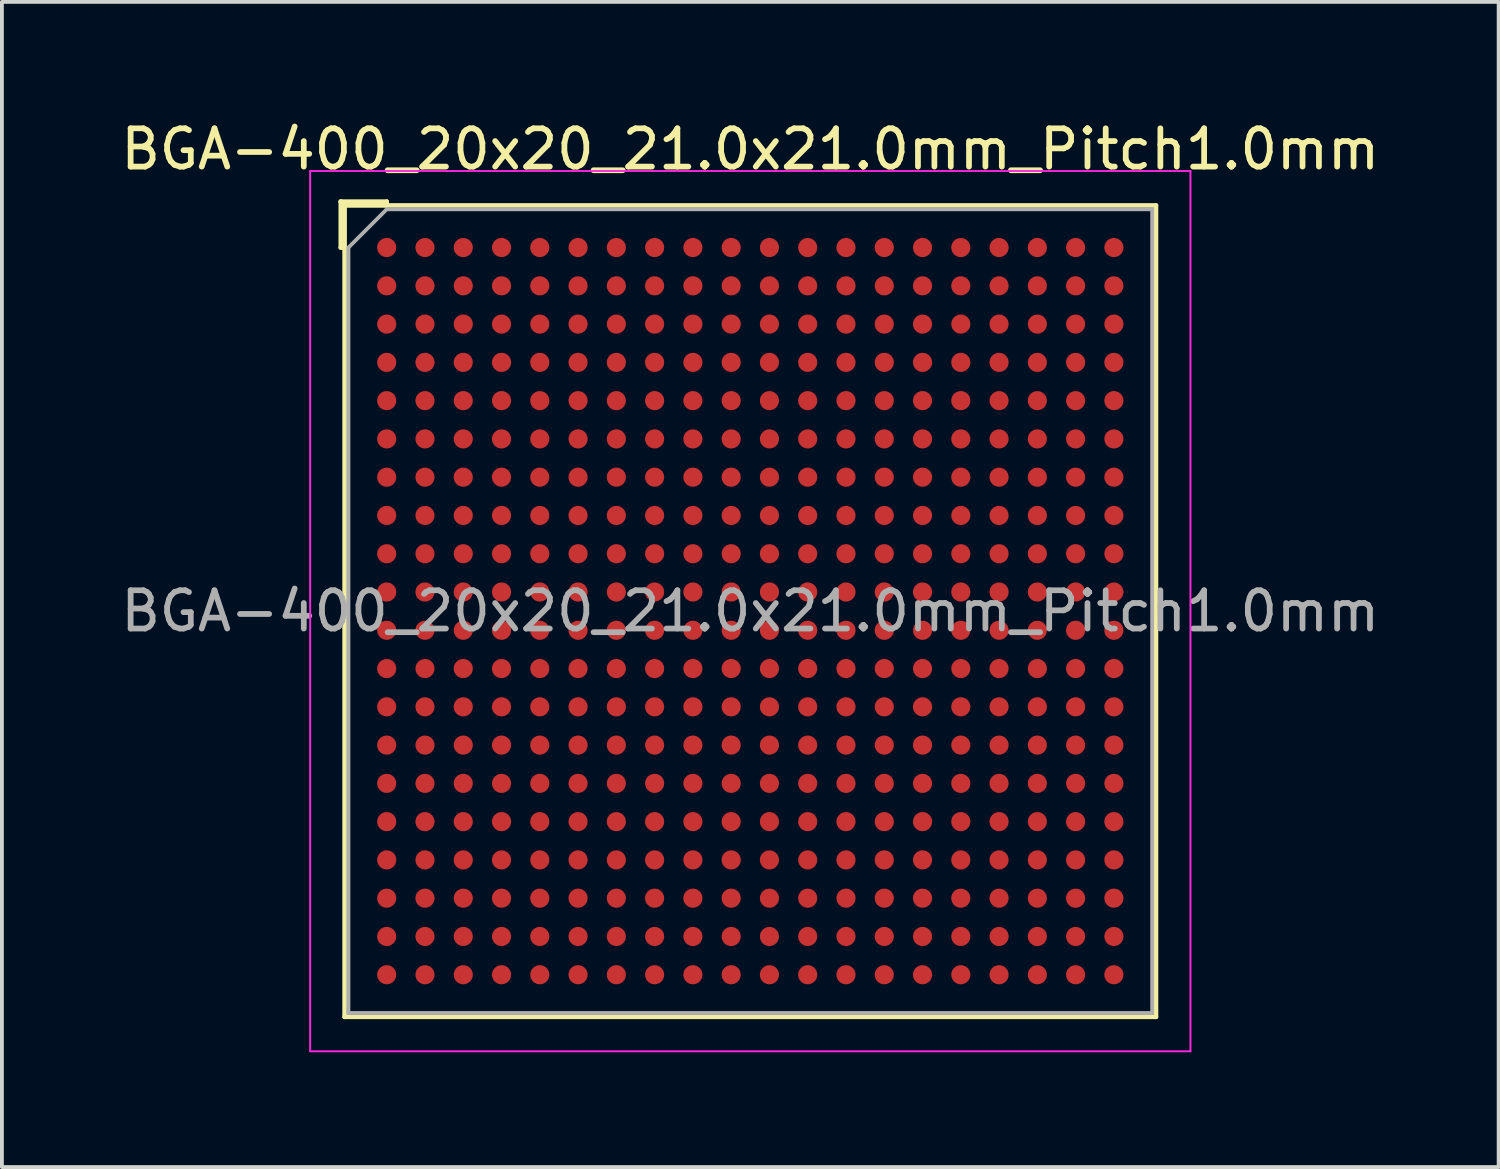
<source format=kicad_pcb>
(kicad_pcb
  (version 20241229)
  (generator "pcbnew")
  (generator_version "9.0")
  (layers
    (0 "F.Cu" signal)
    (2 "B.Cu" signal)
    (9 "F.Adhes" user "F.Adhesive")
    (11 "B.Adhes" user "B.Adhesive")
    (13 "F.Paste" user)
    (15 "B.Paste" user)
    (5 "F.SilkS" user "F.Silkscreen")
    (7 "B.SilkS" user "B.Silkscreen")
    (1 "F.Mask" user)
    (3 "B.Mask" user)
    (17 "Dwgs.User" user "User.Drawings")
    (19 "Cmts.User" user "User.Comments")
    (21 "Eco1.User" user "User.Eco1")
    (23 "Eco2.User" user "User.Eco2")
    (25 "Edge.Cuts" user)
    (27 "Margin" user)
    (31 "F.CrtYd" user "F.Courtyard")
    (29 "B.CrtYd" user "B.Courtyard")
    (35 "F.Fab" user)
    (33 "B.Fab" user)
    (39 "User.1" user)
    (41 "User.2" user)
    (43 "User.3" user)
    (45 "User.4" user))
  (footprint "BGA-400_20x20_21.0x21.0mm_Pitch1.0mm"
    (layer "F.Cu")
    (at 16.554 12.918)
    (property "Reference" "BGA-400_20x20_21.0x21.0mm_Pitch1.0mm" (at 0 -12.07 0) (layer "F.SilkS") (effects (font (size 1 1) (thickness 0.15))))
    (attr smd)
    (fp_line (start -10.7 -10.7) (end -10.6 -10.6) (stroke (width 0.12) (type solid)) (layer "F.SilkS"))
    (fp_line (start -10.7 -10.7) (end -9.5 -10.7) (stroke (width 0.12) (type solid)) (layer "F.SilkS"))
    (fp_line (start -10.7 -9.5) (end -10.7 -10.7) (stroke (width 0.12) (type solid)) (layer "F.SilkS"))
    (fp_line (start -10.7 -9.5) (end -10.6 -9.5) (stroke (width 0.12) (type solid)) (layer "F.SilkS"))
    (fp_line (start -10.6 -10.6) (end 10.6 -10.6) (stroke (width 0.12) (type solid)) (layer "F.SilkS"))
    (fp_line (start -10.6 10.6) (end -10.6 -10.6) (stroke (width 0.12) (type solid)) (layer "F.SilkS"))
    (fp_line (start -9.5 -10.7) (end -9.5 -10.6) (stroke (width 0.12) (type solid)) (layer "F.SilkS"))
    (fp_line (start 10.6 -10.6) (end 10.6 10.6) (stroke (width 0.12) (type solid)) (layer "F.SilkS"))
    (fp_line (start 10.6 10.6) (end -10.6 10.6) (stroke (width 0.12) (type solid)) (layer "F.SilkS"))
    (fp_line (start -11.5 -11.5) (end -11.5 11.5) (stroke (width 0.05) (type solid)) (layer "F.CrtYd"))
    (fp_line (start -11.5 -11.5) (end 11.5 -11.5) (stroke (width 0.05) (type solid)) (layer "F.CrtYd"))
    (fp_line (start 11.5 11.5) (end -11.5 11.5) (stroke (width 0.05) (type solid)) (layer "F.CrtYd"))
    (fp_line (start 11.5 11.5) (end 11.5 -11.5) (stroke (width 0.05) (type solid)) (layer "F.CrtYd"))
    (fp_line (start -10.5 -9.5) (end -9.5 -10.5) (stroke (width 0.1) (type solid)) (layer "F.Fab"))
    (fp_line (start -10.5 10.5) (end -10.5 -9.5) (stroke (width 0.1) (type solid)) (layer "F.Fab"))
    (fp_line (start -9.5 -10.5) (end 10.5 -10.5) (stroke (width 0.1) (type solid)) (layer "F.Fab"))
    (fp_line (start 10.5 -10.5) (end 10.5 10.5) (stroke (width 0.1) (type solid)) (layer "F.Fab"))
    (fp_line (start 10.5 10.5) (end -10.5 10.5) (stroke (width 0.1) (type solid)) (layer "F.Fab"))
    (fp_text user "${REFERENCE}" (at 0 0 0) (layer "F.Fab") (effects (font (size 1 1) (thickness 0.15))))
    (pad "A1" smd circle (at -9.5 -9.5) (size 0.5 0.5) (layers "F.Cu" "F.Mask" "F.Paste"))
    (pad "A2" smd circle (at -8.5 -9.5) (size 0.5 0.5) (layers "F.Cu" "F.Mask" "F.Paste"))
    (pad "A3" smd circle (at -7.5 -9.5) (size 0.5 0.5) (layers "F.Cu" "F.Mask" "F.Paste"))
    (pad "A4" smd circle (at -6.5 -9.5) (size 0.5 0.5) (layers "F.Cu" "F.Mask" "F.Paste"))
    (pad "A5" smd circle (at -5.5 -9.5) (size 0.5 0.5) (layers "F.Cu" "F.Mask" "F.Paste"))
    (pad "A6" smd circle (at -4.5 -9.5) (size 0.5 0.5) (layers "F.Cu" "F.Mask" "F.Paste"))
    (pad "A7" smd circle (at -3.5 -9.5) (size 0.5 0.5) (layers "F.Cu" "F.Mask" "F.Paste"))
    (pad "A8" smd circle (at -2.5 -9.5) (size 0.5 0.5) (layers "F.Cu" "F.Mask" "F.Paste"))
    (pad "A9" smd circle (at -1.5 -9.5) (size 0.5 0.5) (layers "F.Cu" "F.Mask" "F.Paste"))
    (pad "A10" smd circle (at -0.5 -9.5) (size 0.5 0.5) (layers "F.Cu" "F.Mask" "F.Paste"))
    (pad "A11" smd circle (at 0.5 -9.5) (size 0.5 0.5) (layers "F.Cu" "F.Mask" "F.Paste"))
    (pad "A12" smd circle (at 1.5 -9.5) (size 0.5 0.5) (layers "F.Cu" "F.Mask" "F.Paste"))
    (pad "A13" smd circle (at 2.5 -9.5) (size 0.5 0.5) (layers "F.Cu" "F.Mask" "F.Paste"))
    (pad "A14" smd circle (at 3.5 -9.5) (size 0.5 0.5) (layers "F.Cu" "F.Mask" "F.Paste"))
    (pad "A15" smd circle (at 4.5 -9.5) (size 0.5 0.5) (layers "F.Cu" "F.Mask" "F.Paste"))
    (pad "A16" smd circle (at 5.5 -9.5) (size 0.5 0.5) (layers "F.Cu" "F.Mask" "F.Paste"))
    (pad "A17" smd circle (at 6.5 -9.5) (size 0.5 0.5) (layers "F.Cu" "F.Mask" "F.Paste"))
    (pad "A18" smd circle (at 7.5 -9.5) (size 0.5 0.5) (layers "F.Cu" "F.Mask" "F.Paste"))
    (pad "A19" smd circle (at 8.5 -9.5) (size 0.5 0.5) (layers "F.Cu" "F.Mask" "F.Paste"))
    (pad "A20" smd circle (at 9.5 -9.5) (size 0.5 0.5) (layers "F.Cu" "F.Mask" "F.Paste"))
    (pad "B1" smd circle (at -9.5 -8.5) (size 0.5 0.5) (layers "F.Cu" "F.Mask" "F.Paste"))
    (pad "B2" smd circle (at -8.5 -8.5) (size 0.5 0.5) (layers "F.Cu" "F.Mask" "F.Paste"))
    (pad "B3" smd circle (at -7.5 -8.5) (size 0.5 0.5) (layers "F.Cu" "F.Mask" "F.Paste"))
    (pad "B4" smd circle (at -6.5 -8.5) (size 0.5 0.5) (layers "F.Cu" "F.Mask" "F.Paste"))
    (pad "B5" smd circle (at -5.5 -8.5) (size 0.5 0.5) (layers "F.Cu" "F.Mask" "F.Paste"))
    (pad "B6" smd circle (at -4.5 -8.5) (size 0.5 0.5) (layers "F.Cu" "F.Mask" "F.Paste"))
    (pad "B7" smd circle (at -3.5 -8.5) (size 0.5 0.5) (layers "F.Cu" "F.Mask" "F.Paste"))
    (pad "B8" smd circle (at -2.5 -8.5) (size 0.5 0.5) (layers "F.Cu" "F.Mask" "F.Paste"))
    (pad "B9" smd circle (at -1.5 -8.5) (size 0.5 0.5) (layers "F.Cu" "F.Mask" "F.Paste"))
    (pad "B10" smd circle (at -0.5 -8.5) (size 0.5 0.5) (layers "F.Cu" "F.Mask" "F.Paste"))
    (pad "B11" smd circle (at 0.5 -8.5) (size 0.5 0.5) (layers "F.Cu" "F.Mask" "F.Paste"))
    (pad "B12" smd circle (at 1.5 -8.5) (size 0.5 0.5) (layers "F.Cu" "F.Mask" "F.Paste"))
    (pad "B13" smd circle (at 2.5 -8.5) (size 0.5 0.5) (layers "F.Cu" "F.Mask" "F.Paste"))
    (pad "B14" smd circle (at 3.5 -8.5) (size 0.5 0.5) (layers "F.Cu" "F.Mask" "F.Paste"))
    (pad "B15" smd circle (at 4.5 -8.5) (size 0.5 0.5) (layers "F.Cu" "F.Mask" "F.Paste"))
    (pad "B16" smd circle (at 5.5 -8.5) (size 0.5 0.5) (layers "F.Cu" "F.Mask" "F.Paste"))
    (pad "B17" smd circle (at 6.5 -8.5) (size 0.5 0.5) (layers "F.Cu" "F.Mask" "F.Paste"))
    (pad "B18" smd circle (at 7.5 -8.5) (size 0.5 0.5) (layers "F.Cu" "F.Mask" "F.Paste"))
    (pad "B19" smd circle (at 8.5 -8.5) (size 0.5 0.5) (layers "F.Cu" "F.Mask" "F.Paste"))
    (pad "B20" smd circle (at 9.5 -8.5) (size 0.5 0.5) (layers "F.Cu" "F.Mask" "F.Paste"))
    (pad "C1" smd circle (at -9.5 -7.5) (size 0.5 0.5) (layers "F.Cu" "F.Mask" "F.Paste"))
    (pad "C2" smd circle (at -8.5 -7.5) (size 0.5 0.5) (layers "F.Cu" "F.Mask" "F.Paste"))
    (pad "C3" smd circle (at -7.5 -7.5) (size 0.5 0.5) (layers "F.Cu" "F.Mask" "F.Paste"))
    (pad "C4" smd circle (at -6.5 -7.5) (size 0.5 0.5) (layers "F.Cu" "F.Mask" "F.Paste"))
    (pad "C5" smd circle (at -5.5 -7.5) (size 0.5 0.5) (layers "F.Cu" "F.Mask" "F.Paste"))
    (pad "C6" smd circle (at -4.5 -7.5) (size 0.5 0.5) (layers "F.Cu" "F.Mask" "F.Paste"))
    (pad "C7" smd circle (at -3.5 -7.5) (size 0.5 0.5) (layers "F.Cu" "F.Mask" "F.Paste"))
    (pad "C8" smd circle (at -2.5 -7.5) (size 0.5 0.5) (layers "F.Cu" "F.Mask" "F.Paste"))
    (pad "C9" smd circle (at -1.5 -7.5) (size 0.5 0.5) (layers "F.Cu" "F.Mask" "F.Paste"))
    (pad "C10" smd circle (at -0.5 -7.5) (size 0.5 0.5) (layers "F.Cu" "F.Mask" "F.Paste"))
    (pad "C11" smd circle (at 0.5 -7.5) (size 0.5 0.5) (layers "F.Cu" "F.Mask" "F.Paste"))
    (pad "C12" smd circle (at 1.5 -7.5) (size 0.5 0.5) (layers "F.Cu" "F.Mask" "F.Paste"))
    (pad "C13" smd circle (at 2.5 -7.5) (size 0.5 0.5) (layers "F.Cu" "F.Mask" "F.Paste"))
    (pad "C14" smd circle (at 3.5 -7.5) (size 0.5 0.5) (layers "F.Cu" "F.Mask" "F.Paste"))
    (pad "C15" smd circle (at 4.5 -7.5) (size 0.5 0.5) (layers "F.Cu" "F.Mask" "F.Paste"))
    (pad "C16" smd circle (at 5.5 -7.5) (size 0.5 0.5) (layers "F.Cu" "F.Mask" "F.Paste"))
    (pad "C17" smd circle (at 6.5 -7.5) (size 0.5 0.5) (layers "F.Cu" "F.Mask" "F.Paste"))
    (pad "C18" smd circle (at 7.5 -7.5) (size 0.5 0.5) (layers "F.Cu" "F.Mask" "F.Paste"))
    (pad "C19" smd circle (at 8.5 -7.5) (size 0.5 0.5) (layers "F.Cu" "F.Mask" "F.Paste"))
    (pad "C20" smd circle (at 9.5 -7.5) (size 0.5 0.5) (layers "F.Cu" "F.Mask" "F.Paste"))
    (pad "D1" smd circle (at -9.5 -6.5) (size 0.5 0.5) (layers "F.Cu" "F.Mask" "F.Paste"))
    (pad "D2" smd circle (at -8.5 -6.5) (size 0.5 0.5) (layers "F.Cu" "F.Mask" "F.Paste"))
    (pad "D3" smd circle (at -7.5 -6.5) (size 0.5 0.5) (layers "F.Cu" "F.Mask" "F.Paste"))
    (pad "D4" smd circle (at -6.5 -6.5) (size 0.5 0.5) (layers "F.Cu" "F.Mask" "F.Paste"))
    (pad "D5" smd circle (at -5.5 -6.5) (size 0.5 0.5) (layers "F.Cu" "F.Mask" "F.Paste"))
    (pad "D6" smd circle (at -4.5 -6.5) (size 0.5 0.5) (layers "F.Cu" "F.Mask" "F.Paste"))
    (pad "D7" smd circle (at -3.5 -6.5) (size 0.5 0.5) (layers "F.Cu" "F.Mask" "F.Paste"))
    (pad "D8" smd circle (at -2.5 -6.5) (size 0.5 0.5) (layers "F.Cu" "F.Mask" "F.Paste"))
    (pad "D9" smd circle (at -1.5 -6.5) (size 0.5 0.5) (layers "F.Cu" "F.Mask" "F.Paste"))
    (pad "D10" smd circle (at -0.5 -6.5) (size 0.5 0.5) (layers "F.Cu" "F.Mask" "F.Paste"))
    (pad "D11" smd circle (at 0.5 -6.5) (size 0.5 0.5) (layers "F.Cu" "F.Mask" "F.Paste"))
    (pad "D12" smd circle (at 1.5 -6.5) (size 0.5 0.5) (layers "F.Cu" "F.Mask" "F.Paste"))
    (pad "D13" smd circle (at 2.5 -6.5) (size 0.5 0.5) (layers "F.Cu" "F.Mask" "F.Paste"))
    (pad "D14" smd circle (at 3.5 -6.5) (size 0.5 0.5) (layers "F.Cu" "F.Mask" "F.Paste"))
    (pad "D15" smd circle (at 4.5 -6.5) (size 0.5 0.5) (layers "F.Cu" "F.Mask" "F.Paste"))
    (pad "D16" smd circle (at 5.5 -6.5) (size 0.5 0.5) (layers "F.Cu" "F.Mask" "F.Paste"))
    (pad "D17" smd circle (at 6.5 -6.5) (size 0.5 0.5) (layers "F.Cu" "F.Mask" "F.Paste"))
    (pad "D18" smd circle (at 7.5 -6.5) (size 0.5 0.5) (layers "F.Cu" "F.Mask" "F.Paste"))
    (pad "D19" smd circle (at 8.5 -6.5) (size 0.5 0.5) (layers "F.Cu" "F.Mask" "F.Paste"))
    (pad "D20" smd circle (at 9.5 -6.5) (size 0.5 0.5) (layers "F.Cu" "F.Mask" "F.Paste"))
    (pad "E1" smd circle (at -9.5 -5.5) (size 0.5 0.5) (layers "F.Cu" "F.Mask" "F.Paste"))
    (pad "E2" smd circle (at -8.5 -5.5) (size 0.5 0.5) (layers "F.Cu" "F.Mask" "F.Paste"))
    (pad "E3" smd circle (at -7.5 -5.5) (size 0.5 0.5) (layers "F.Cu" "F.Mask" "F.Paste"))
    (pad "E4" smd circle (at -6.5 -5.5) (size 0.5 0.5) (layers "F.Cu" "F.Mask" "F.Paste"))
    (pad "E5" smd circle (at -5.5 -5.5) (size 0.5 0.5) (layers "F.Cu" "F.Mask" "F.Paste"))
    (pad "E6" smd circle (at -4.5 -5.5) (size 0.5 0.5) (layers "F.Cu" "F.Mask" "F.Paste"))
    (pad "E7" smd circle (at -3.5 -5.5) (size 0.5 0.5) (layers "F.Cu" "F.Mask" "F.Paste"))
    (pad "E8" smd circle (at -2.5 -5.5) (size 0.5 0.5) (layers "F.Cu" "F.Mask" "F.Paste"))
    (pad "E9" smd circle (at -1.5 -5.5) (size 0.5 0.5) (layers "F.Cu" "F.Mask" "F.Paste"))
    (pad "E10" smd circle (at -0.5 -5.5) (size 0.5 0.5) (layers "F.Cu" "F.Mask" "F.Paste"))
    (pad "E11" smd circle (at 0.5 -5.5) (size 0.5 0.5) (layers "F.Cu" "F.Mask" "F.Paste"))
    (pad "E12" smd circle (at 1.5 -5.5) (size 0.5 0.5) (layers "F.Cu" "F.Mask" "F.Paste"))
    (pad "E13" smd circle (at 2.5 -5.5) (size 0.5 0.5) (layers "F.Cu" "F.Mask" "F.Paste"))
    (pad "E14" smd circle (at 3.5 -5.5) (size 0.5 0.5) (layers "F.Cu" "F.Mask" "F.Paste"))
    (pad "E15" smd circle (at 4.5 -5.5) (size 0.5 0.5) (layers "F.Cu" "F.Mask" "F.Paste"))
    (pad "E16" smd circle (at 5.5 -5.5) (size 0.5 0.5) (layers "F.Cu" "F.Mask" "F.Paste"))
    (pad "E17" smd circle (at 6.5 -5.5) (size 0.5 0.5) (layers "F.Cu" "F.Mask" "F.Paste"))
    (pad "E18" smd circle (at 7.5 -5.5) (size 0.5 0.5) (layers "F.Cu" "F.Mask" "F.Paste"))
    (pad "E19" smd circle (at 8.5 -5.5) (size 0.5 0.5) (layers "F.Cu" "F.Mask" "F.Paste"))
    (pad "E20" smd circle (at 9.5 -5.5) (size 0.5 0.5) (layers "F.Cu" "F.Mask" "F.Paste"))
    (pad "F1" smd circle (at -9.5 -4.5) (size 0.5 0.5) (layers "F.Cu" "F.Mask" "F.Paste"))
    (pad "F2" smd circle (at -8.5 -4.5) (size 0.5 0.5) (layers "F.Cu" "F.Mask" "F.Paste"))
    (pad "F3" smd circle (at -7.5 -4.5) (size 0.5 0.5) (layers "F.Cu" "F.Mask" "F.Paste"))
    (pad "F4" smd circle (at -6.5 -4.5) (size 0.5 0.5) (layers "F.Cu" "F.Mask" "F.Paste"))
    (pad "F5" smd circle (at -5.5 -4.5) (size 0.5 0.5) (layers "F.Cu" "F.Mask" "F.Paste"))
    (pad "F6" smd circle (at -4.5 -4.5) (size 0.5 0.5) (layers "F.Cu" "F.Mask" "F.Paste"))
    (pad "F7" smd circle (at -3.5 -4.5) (size 0.5 0.5) (layers "F.Cu" "F.Mask" "F.Paste"))
    (pad "F8" smd circle (at -2.5 -4.5) (size 0.5 0.5) (layers "F.Cu" "F.Mask" "F.Paste"))
    (pad "F9" smd circle (at -1.5 -4.5) (size 0.5 0.5) (layers "F.Cu" "F.Mask" "F.Paste"))
    (pad "F10" smd circle (at -0.5 -4.5) (size 0.5 0.5) (layers "F.Cu" "F.Mask" "F.Paste"))
    (pad "F11" smd circle (at 0.5 -4.5) (size 0.5 0.5) (layers "F.Cu" "F.Mask" "F.Paste"))
    (pad "F12" smd circle (at 1.5 -4.5) (size 0.5 0.5) (layers "F.Cu" "F.Mask" "F.Paste"))
    (pad "F13" smd circle (at 2.5 -4.5) (size 0.5 0.5) (layers "F.Cu" "F.Mask" "F.Paste"))
    (pad "F14" smd circle (at 3.5 -4.5) (size 0.5 0.5) (layers "F.Cu" "F.Mask" "F.Paste"))
    (pad "F15" smd circle (at 4.5 -4.5) (size 0.5 0.5) (layers "F.Cu" "F.Mask" "F.Paste"))
    (pad "F16" smd circle (at 5.5 -4.5) (size 0.5 0.5) (layers "F.Cu" "F.Mask" "F.Paste"))
    (pad "F17" smd circle (at 6.5 -4.5) (size 0.5 0.5) (layers "F.Cu" "F.Mask" "F.Paste"))
    (pad "F18" smd circle (at 7.5 -4.5) (size 0.5 0.5) (layers "F.Cu" "F.Mask" "F.Paste"))
    (pad "F19" smd circle (at 8.5 -4.5) (size 0.5 0.5) (layers "F.Cu" "F.Mask" "F.Paste"))
    (pad "F20" smd circle (at 9.5 -4.5) (size 0.5 0.5) (layers "F.Cu" "F.Mask" "F.Paste"))
    (pad "G1" smd circle (at -9.5 -3.5) (size 0.5 0.5) (layers "F.Cu" "F.Mask" "F.Paste"))
    (pad "G2" smd circle (at -8.5 -3.5) (size 0.5 0.5) (layers "F.Cu" "F.Mask" "F.Paste"))
    (pad "G3" smd circle (at -7.5 -3.5) (size 0.5 0.5) (layers "F.Cu" "F.Mask" "F.Paste"))
    (pad "G4" smd circle (at -6.5 -3.5) (size 0.5 0.5) (layers "F.Cu" "F.Mask" "F.Paste"))
    (pad "G5" smd circle (at -5.5 -3.5) (size 0.5 0.5) (layers "F.Cu" "F.Mask" "F.Paste"))
    (pad "G6" smd circle (at -4.5 -3.5) (size 0.5 0.5) (layers "F.Cu" "F.Mask" "F.Paste"))
    (pad "G7" smd circle (at -3.5 -3.5) (size 0.5 0.5) (layers "F.Cu" "F.Mask" "F.Paste"))
    (pad "G8" smd circle (at -2.5 -3.5) (size 0.5 0.5) (layers "F.Cu" "F.Mask" "F.Paste"))
    (pad "G9" smd circle (at -1.5 -3.5) (size 0.5 0.5) (layers "F.Cu" "F.Mask" "F.Paste"))
    (pad "G10" smd circle (at -0.5 -3.5) (size 0.5 0.5) (layers "F.Cu" "F.Mask" "F.Paste"))
    (pad "G11" smd circle (at 0.5 -3.5) (size 0.5 0.5) (layers "F.Cu" "F.Mask" "F.Paste"))
    (pad "G12" smd circle (at 1.5 -3.5) (size 0.5 0.5) (layers "F.Cu" "F.Mask" "F.Paste"))
    (pad "G13" smd circle (at 2.5 -3.5) (size 0.5 0.5) (layers "F.Cu" "F.Mask" "F.Paste"))
    (pad "G14" smd circle (at 3.5 -3.5) (size 0.5 0.5) (layers "F.Cu" "F.Mask" "F.Paste"))
    (pad "G15" smd circle (at 4.5 -3.5) (size 0.5 0.5) (layers "F.Cu" "F.Mask" "F.Paste"))
    (pad "G16" smd circle (at 5.5 -3.5) (size 0.5 0.5) (layers "F.Cu" "F.Mask" "F.Paste"))
    (pad "G17" smd circle (at 6.5 -3.5) (size 0.5 0.5) (layers "F.Cu" "F.Mask" "F.Paste"))
    (pad "G18" smd circle (at 7.5 -3.5) (size 0.5 0.5) (layers "F.Cu" "F.Mask" "F.Paste"))
    (pad "G19" smd circle (at 8.5 -3.5) (size 0.5 0.5) (layers "F.Cu" "F.Mask" "F.Paste"))
    (pad "G20" smd circle (at 9.5 -3.5) (size 0.5 0.5) (layers "F.Cu" "F.Mask" "F.Paste"))
    (pad "H1" smd circle (at -9.5 -2.5) (size 0.5 0.5) (layers "F.Cu" "F.Mask" "F.Paste"))
    (pad "H2" smd circle (at -8.5 -2.5) (size 0.5 0.5) (layers "F.Cu" "F.Mask" "F.Paste"))
    (pad "H3" smd circle (at -7.5 -2.5) (size 0.5 0.5) (layers "F.Cu" "F.Mask" "F.Paste"))
    (pad "H4" smd circle (at -6.5 -2.5) (size 0.5 0.5) (layers "F.Cu" "F.Mask" "F.Paste"))
    (pad "H5" smd circle (at -5.5 -2.5) (size 0.5 0.5) (layers "F.Cu" "F.Mask" "F.Paste"))
    (pad "H6" smd circle (at -4.5 -2.5) (size 0.5 0.5) (layers "F.Cu" "F.Mask" "F.Paste"))
    (pad "H7" smd circle (at -3.5 -2.5) (size 0.5 0.5) (layers "F.Cu" "F.Mask" "F.Paste"))
    (pad "H8" smd circle (at -2.5 -2.5) (size 0.5 0.5) (layers "F.Cu" "F.Mask" "F.Paste"))
    (pad "H9" smd circle (at -1.5 -2.5) (size 0.5 0.5) (layers "F.Cu" "F.Mask" "F.Paste"))
    (pad "H10" smd circle (at -0.5 -2.5) (size 0.5 0.5) (layers "F.Cu" "F.Mask" "F.Paste"))
    (pad "H11" smd circle (at 0.5 -2.5) (size 0.5 0.5) (layers "F.Cu" "F.Mask" "F.Paste"))
    (pad "H12" smd circle (at 1.5 -2.5) (size 0.5 0.5) (layers "F.Cu" "F.Mask" "F.Paste"))
    (pad "H13" smd circle (at 2.5 -2.5) (size 0.5 0.5) (layers "F.Cu" "F.Mask" "F.Paste"))
    (pad "H14" smd circle (at 3.5 -2.5) (size 0.5 0.5) (layers "F.Cu" "F.Mask" "F.Paste"))
    (pad "H15" smd circle (at 4.5 -2.5) (size 0.5 0.5) (layers "F.Cu" "F.Mask" "F.Paste"))
    (pad "H16" smd circle (at 5.5 -2.5) (size 0.5 0.5) (layers "F.Cu" "F.Mask" "F.Paste"))
    (pad "H17" smd circle (at 6.5 -2.5) (size 0.5 0.5) (layers "F.Cu" "F.Mask" "F.Paste"))
    (pad "H18" smd circle (at 7.5 -2.5) (size 0.5 0.5) (layers "F.Cu" "F.Mask" "F.Paste"))
    (pad "H19" smd circle (at 8.5 -2.5) (size 0.5 0.5) (layers "F.Cu" "F.Mask" "F.Paste"))
    (pad "H20" smd circle (at 9.5 -2.5) (size 0.5 0.5) (layers "F.Cu" "F.Mask" "F.Paste"))
    (pad "J1" smd circle (at -9.5 -1.5) (size 0.5 0.5) (layers "F.Cu" "F.Mask" "F.Paste"))
    (pad "J2" smd circle (at -8.5 -1.5) (size 0.5 0.5) (layers "F.Cu" "F.Mask" "F.Paste"))
    (pad "J3" smd circle (at -7.5 -1.5) (size 0.5 0.5) (layers "F.Cu" "F.Mask" "F.Paste"))
    (pad "J4" smd circle (at -6.5 -1.5) (size 0.5 0.5) (layers "F.Cu" "F.Mask" "F.Paste"))
    (pad "J5" smd circle (at -5.5 -1.5) (size 0.5 0.5) (layers "F.Cu" "F.Mask" "F.Paste"))
    (pad "J6" smd circle (at -4.5 -1.5) (size 0.5 0.5) (layers "F.Cu" "F.Mask" "F.Paste"))
    (pad "J7" smd circle (at -3.5 -1.5) (size 0.5 0.5) (layers "F.Cu" "F.Mask" "F.Paste"))
    (pad "J8" smd circle (at -2.5 -1.5) (size 0.5 0.5) (layers "F.Cu" "F.Mask" "F.Paste"))
    (pad "J9" smd circle (at -1.5 -1.5) (size 0.5 0.5) (layers "F.Cu" "F.Mask" "F.Paste"))
    (pad "J10" smd circle (at -0.5 -1.5) (size 0.5 0.5) (layers "F.Cu" "F.Mask" "F.Paste"))
    (pad "J11" smd circle (at 0.5 -1.5) (size 0.5 0.5) (layers "F.Cu" "F.Mask" "F.Paste"))
    (pad "J12" smd circle (at 1.5 -1.5) (size 0.5 0.5) (layers "F.Cu" "F.Mask" "F.Paste"))
    (pad "J13" smd circle (at 2.5 -1.5) (size 0.5 0.5) (layers "F.Cu" "F.Mask" "F.Paste"))
    (pad "J14" smd circle (at 3.5 -1.5) (size 0.5 0.5) (layers "F.Cu" "F.Mask" "F.Paste"))
    (pad "J15" smd circle (at 4.5 -1.5) (size 0.5 0.5) (layers "F.Cu" "F.Mask" "F.Paste"))
    (pad "J16" smd circle (at 5.5 -1.5) (size 0.5 0.5) (layers "F.Cu" "F.Mask" "F.Paste"))
    (pad "J17" smd circle (at 6.5 -1.5) (size 0.5 0.5) (layers "F.Cu" "F.Mask" "F.Paste"))
    (pad "J18" smd circle (at 7.5 -1.5) (size 0.5 0.5) (layers "F.Cu" "F.Mask" "F.Paste"))
    (pad "J19" smd circle (at 8.5 -1.5) (size 0.5 0.5) (layers "F.Cu" "F.Mask" "F.Paste"))
    (pad "J20" smd circle (at 9.5 -1.5) (size 0.5 0.5) (layers "F.Cu" "F.Mask" "F.Paste"))
    (pad "K1" smd circle (at -9.5 -0.5) (size 0.5 0.5) (layers "F.Cu" "F.Mask" "F.Paste"))
    (pad "K2" smd circle (at -8.5 -0.5) (size 0.5 0.5) (layers "F.Cu" "F.Mask" "F.Paste"))
    (pad "K3" smd circle (at -7.5 -0.5) (size 0.5 0.5) (layers "F.Cu" "F.Mask" "F.Paste"))
    (pad "K4" smd circle (at -6.5 -0.5) (size 0.5 0.5) (layers "F.Cu" "F.Mask" "F.Paste"))
    (pad "K5" smd circle (at -5.5 -0.5) (size 0.5 0.5) (layers "F.Cu" "F.Mask" "F.Paste"))
    (pad "K6" smd circle (at -4.5 -0.5) (size 0.5 0.5) (layers "F.Cu" "F.Mask" "F.Paste"))
    (pad "K7" smd circle (at -3.5 -0.5) (size 0.5 0.5) (layers "F.Cu" "F.Mask" "F.Paste"))
    (pad "K8" smd circle (at -2.5 -0.5) (size 0.5 0.5) (layers "F.Cu" "F.Mask" "F.Paste"))
    (pad "K9" smd circle (at -1.5 -0.5) (size 0.5 0.5) (layers "F.Cu" "F.Mask" "F.Paste"))
    (pad "K10" smd circle (at -0.5 -0.5) (size 0.5 0.5) (layers "F.Cu" "F.Mask" "F.Paste"))
    (pad "K11" smd circle (at 0.5 -0.5) (size 0.5 0.5) (layers "F.Cu" "F.Mask" "F.Paste"))
    (pad "K12" smd circle (at 1.5 -0.5) (size 0.5 0.5) (layers "F.Cu" "F.Mask" "F.Paste"))
    (pad "K13" smd circle (at 2.5 -0.5) (size 0.5 0.5) (layers "F.Cu" "F.Mask" "F.Paste"))
    (pad "K14" smd circle (at 3.5 -0.5) (size 0.5 0.5) (layers "F.Cu" "F.Mask" "F.Paste"))
    (pad "K15" smd circle (at 4.5 -0.5) (size 0.5 0.5) (layers "F.Cu" "F.Mask" "F.Paste"))
    (pad "K16" smd circle (at 5.5 -0.5) (size 0.5 0.5) (layers "F.Cu" "F.Mask" "F.Paste"))
    (pad "K17" smd circle (at 6.5 -0.5) (size 0.5 0.5) (layers "F.Cu" "F.Mask" "F.Paste"))
    (pad "K18" smd circle (at 7.5 -0.5) (size 0.5 0.5) (layers "F.Cu" "F.Mask" "F.Paste"))
    (pad "K19" smd circle (at 8.5 -0.5) (size 0.5 0.5) (layers "F.Cu" "F.Mask" "F.Paste"))
    (pad "K20" smd circle (at 9.5 -0.5) (size 0.5 0.5) (layers "F.Cu" "F.Mask" "F.Paste"))
    (pad "L1" smd circle (at -9.5 0.5) (size 0.5 0.5) (layers "F.Cu" "F.Mask" "F.Paste"))
    (pad "L2" smd circle (at -8.5 0.5) (size 0.5 0.5) (layers "F.Cu" "F.Mask" "F.Paste"))
    (pad "L3" smd circle (at -7.5 0.5) (size 0.5 0.5) (layers "F.Cu" "F.Mask" "F.Paste"))
    (pad "L4" smd circle (at -6.5 0.5) (size 0.5 0.5) (layers "F.Cu" "F.Mask" "F.Paste"))
    (pad "L5" smd circle (at -5.5 0.5) (size 0.5 0.5) (layers "F.Cu" "F.Mask" "F.Paste"))
    (pad "L6" smd circle (at -4.5 0.5) (size 0.5 0.5) (layers "F.Cu" "F.Mask" "F.Paste"))
    (pad "L7" smd circle (at -3.5 0.5) (size 0.5 0.5) (layers "F.Cu" "F.Mask" "F.Paste"))
    (pad "L8" smd circle (at -2.5 0.5) (size 0.5 0.5) (layers "F.Cu" "F.Mask" "F.Paste"))
    (pad "L9" smd circle (at -1.5 0.5) (size 0.5 0.5) (layers "F.Cu" "F.Mask" "F.Paste"))
    (pad "L10" smd circle (at -0.5 0.5) (size 0.5 0.5) (layers "F.Cu" "F.Mask" "F.Paste"))
    (pad "L11" smd circle (at 0.5 0.5) (size 0.5 0.5) (layers "F.Cu" "F.Mask" "F.Paste"))
    (pad "L12" smd circle (at 1.5 0.5) (size 0.5 0.5) (layers "F.Cu" "F.Mask" "F.Paste"))
    (pad "L13" smd circle (at 2.5 0.5) (size 0.5 0.5) (layers "F.Cu" "F.Mask" "F.Paste"))
    (pad "L14" smd circle (at 3.5 0.5) (size 0.5 0.5) (layers "F.Cu" "F.Mask" "F.Paste"))
    (pad "L15" smd circle (at 4.5 0.5) (size 0.5 0.5) (layers "F.Cu" "F.Mask" "F.Paste"))
    (pad "L16" smd circle (at 5.5 0.5) (size 0.5 0.5) (layers "F.Cu" "F.Mask" "F.Paste"))
    (pad "L17" smd circle (at 6.5 0.5) (size 0.5 0.5) (layers "F.Cu" "F.Mask" "F.Paste"))
    (pad "L18" smd circle (at 7.5 0.5) (size 0.5 0.5) (layers "F.Cu" "F.Mask" "F.Paste"))
    (pad "L19" smd circle (at 8.5 0.5) (size 0.5 0.5) (layers "F.Cu" "F.Mask" "F.Paste"))
    (pad "L20" smd circle (at 9.5 0.5) (size 0.5 0.5) (layers "F.Cu" "F.Mask" "F.Paste"))
    (pad "M1" smd circle (at -9.5 1.5) (size 0.5 0.5) (layers "F.Cu" "F.Mask" "F.Paste"))
    (pad "M2" smd circle (at -8.5 1.5) (size 0.5 0.5) (layers "F.Cu" "F.Mask" "F.Paste"))
    (pad "M3" smd circle (at -7.5 1.5) (size 0.5 0.5) (layers "F.Cu" "F.Mask" "F.Paste"))
    (pad "M4" smd circle (at -6.5 1.5) (size 0.5 0.5) (layers "F.Cu" "F.Mask" "F.Paste"))
    (pad "M5" smd circle (at -5.5 1.5) (size 0.5 0.5) (layers "F.Cu" "F.Mask" "F.Paste"))
    (pad "M6" smd circle (at -4.5 1.5) (size 0.5 0.5) (layers "F.Cu" "F.Mask" "F.Paste"))
    (pad "M7" smd circle (at -3.5 1.5) (size 0.5 0.5) (layers "F.Cu" "F.Mask" "F.Paste"))
    (pad "M8" smd circle (at -2.5 1.5) (size 0.5 0.5) (layers "F.Cu" "F.Mask" "F.Paste"))
    (pad "M9" smd circle (at -1.5 1.5) (size 0.5 0.5) (layers "F.Cu" "F.Mask" "F.Paste"))
    (pad "M10" smd circle (at -0.5 1.5) (size 0.5 0.5) (layers "F.Cu" "F.Mask" "F.Paste"))
    (pad "M11" smd circle (at 0.5 1.5) (size 0.5 0.5) (layers "F.Cu" "F.Mask" "F.Paste"))
    (pad "M12" smd circle (at 1.5 1.5) (size 0.5 0.5) (layers "F.Cu" "F.Mask" "F.Paste"))
    (pad "M13" smd circle (at 2.5 1.5) (size 0.5 0.5) (layers "F.Cu" "F.Mask" "F.Paste"))
    (pad "M14" smd circle (at 3.5 1.5) (size 0.5 0.5) (layers "F.Cu" "F.Mask" "F.Paste"))
    (pad "M15" smd circle (at 4.5 1.5) (size 0.5 0.5) (layers "F.Cu" "F.Mask" "F.Paste"))
    (pad "M16" smd circle (at 5.5 1.5) (size 0.5 0.5) (layers "F.Cu" "F.Mask" "F.Paste"))
    (pad "M17" smd circle (at 6.5 1.5) (size 0.5 0.5) (layers "F.Cu" "F.Mask" "F.Paste"))
    (pad "M18" smd circle (at 7.5 1.5) (size 0.5 0.5) (layers "F.Cu" "F.Mask" "F.Paste"))
    (pad "M19" smd circle (at 8.5 1.5) (size 0.5 0.5) (layers "F.Cu" "F.Mask" "F.Paste"))
    (pad "M20" smd circle (at 9.5 1.5) (size 0.5 0.5) (layers "F.Cu" "F.Mask" "F.Paste"))
    (pad "N1" smd circle (at -9.5 2.5) (size 0.5 0.5) (layers "F.Cu" "F.Mask" "F.Paste"))
    (pad "N2" smd circle (at -8.5 2.5) (size 0.5 0.5) (layers "F.Cu" "F.Mask" "F.Paste"))
    (pad "N3" smd circle (at -7.5 2.5) (size 0.5 0.5) (layers "F.Cu" "F.Mask" "F.Paste"))
    (pad "N4" smd circle (at -6.5 2.5) (size 0.5 0.5) (layers "F.Cu" "F.Mask" "F.Paste"))
    (pad "N5" smd circle (at -5.5 2.5) (size 0.5 0.5) (layers "F.Cu" "F.Mask" "F.Paste"))
    (pad "N6" smd circle (at -4.5 2.5) (size 0.5 0.5) (layers "F.Cu" "F.Mask" "F.Paste"))
    (pad "N7" smd circle (at -3.5 2.5) (size 0.5 0.5) (layers "F.Cu" "F.Mask" "F.Paste"))
    (pad "N8" smd circle (at -2.5 2.5) (size 0.5 0.5) (layers "F.Cu" "F.Mask" "F.Paste"))
    (pad "N9" smd circle (at -1.5 2.5) (size 0.5 0.5) (layers "F.Cu" "F.Mask" "F.Paste"))
    (pad "N10" smd circle (at -0.5 2.5) (size 0.5 0.5) (layers "F.Cu" "F.Mask" "F.Paste"))
    (pad "N11" smd circle (at 0.5 2.5) (size 0.5 0.5) (layers "F.Cu" "F.Mask" "F.Paste"))
    (pad "N12" smd circle (at 1.5 2.5) (size 0.5 0.5) (layers "F.Cu" "F.Mask" "F.Paste"))
    (pad "N13" smd circle (at 2.5 2.5) (size 0.5 0.5) (layers "F.Cu" "F.Mask" "F.Paste"))
    (pad "N14" smd circle (at 3.5 2.5) (size 0.5 0.5) (layers "F.Cu" "F.Mask" "F.Paste"))
    (pad "N15" smd circle (at 4.5 2.5) (size 0.5 0.5) (layers "F.Cu" "F.Mask" "F.Paste"))
    (pad "N16" smd circle (at 5.5 2.5) (size 0.5 0.5) (layers "F.Cu" "F.Mask" "F.Paste"))
    (pad "N17" smd circle (at 6.5 2.5) (size 0.5 0.5) (layers "F.Cu" "F.Mask" "F.Paste"))
    (pad "N18" smd circle (at 7.5 2.5) (size 0.5 0.5) (layers "F.Cu" "F.Mask" "F.Paste"))
    (pad "N19" smd circle (at 8.5 2.5) (size 0.5 0.5) (layers "F.Cu" "F.Mask" "F.Paste"))
    (pad "N20" smd circle (at 9.5 2.5) (size 0.5 0.5) (layers "F.Cu" "F.Mask" "F.Paste"))
    (pad "P1" smd circle (at -9.5 3.5) (size 0.5 0.5) (layers "F.Cu" "F.Mask" "F.Paste"))
    (pad "P2" smd circle (at -8.5 3.5) (size 0.5 0.5) (layers "F.Cu" "F.Mask" "F.Paste"))
    (pad "P3" smd circle (at -7.5 3.5) (size 0.5 0.5) (layers "F.Cu" "F.Mask" "F.Paste"))
    (pad "P4" smd circle (at -6.5 3.5) (size 0.5 0.5) (layers "F.Cu" "F.Mask" "F.Paste"))
    (pad "P5" smd circle (at -5.5 3.5) (size 0.5 0.5) (layers "F.Cu" "F.Mask" "F.Paste"))
    (pad "P6" smd circle (at -4.5 3.5) (size 0.5 0.5) (layers "F.Cu" "F.Mask" "F.Paste"))
    (pad "P7" smd circle (at -3.5 3.5) (size 0.5 0.5) (layers "F.Cu" "F.Mask" "F.Paste"))
    (pad "P8" smd circle (at -2.5 3.5) (size 0.5 0.5) (layers "F.Cu" "F.Mask" "F.Paste"))
    (pad "P9" smd circle (at -1.5 3.5) (size 0.5 0.5) (layers "F.Cu" "F.Mask" "F.Paste"))
    (pad "P10" smd circle (at -0.5 3.5) (size 0.5 0.5) (layers "F.Cu" "F.Mask" "F.Paste"))
    (pad "P11" smd circle (at 0.5 3.5) (size 0.5 0.5) (layers "F.Cu" "F.Mask" "F.Paste"))
    (pad "P12" smd circle (at 1.5 3.5) (size 0.5 0.5) (layers "F.Cu" "F.Mask" "F.Paste"))
    (pad "P13" smd circle (at 2.5 3.5) (size 0.5 0.5) (layers "F.Cu" "F.Mask" "F.Paste"))
    (pad "P14" smd circle (at 3.5 3.5) (size 0.5 0.5) (layers "F.Cu" "F.Mask" "F.Paste"))
    (pad "P15" smd circle (at 4.5 3.5) (size 0.5 0.5) (layers "F.Cu" "F.Mask" "F.Paste"))
    (pad "P16" smd circle (at 5.5 3.5) (size 0.5 0.5) (layers "F.Cu" "F.Mask" "F.Paste"))
    (pad "P17" smd circle (at 6.5 3.5) (size 0.5 0.5) (layers "F.Cu" "F.Mask" "F.Paste"))
    (pad "P18" smd circle (at 7.5 3.5) (size 0.5 0.5) (layers "F.Cu" "F.Mask" "F.Paste"))
    (pad "P19" smd circle (at 8.5 3.5) (size 0.5 0.5) (layers "F.Cu" "F.Mask" "F.Paste"))
    (pad "P20" smd circle (at 9.5 3.5) (size 0.5 0.5) (layers "F.Cu" "F.Mask" "F.Paste"))
    (pad "R1" smd circle (at -9.5 4.5) (size 0.5 0.5) (layers "F.Cu" "F.Mask" "F.Paste"))
    (pad "R2" smd circle (at -8.5 4.5) (size 0.5 0.5) (layers "F.Cu" "F.Mask" "F.Paste"))
    (pad "R3" smd circle (at -7.5 4.5) (size 0.5 0.5) (layers "F.Cu" "F.Mask" "F.Paste"))
    (pad "R4" smd circle (at -6.5 4.5) (size 0.5 0.5) (layers "F.Cu" "F.Mask" "F.Paste"))
    (pad "R5" smd circle (at -5.5 4.5) (size 0.5 0.5) (layers "F.Cu" "F.Mask" "F.Paste"))
    (pad "R6" smd circle (at -4.5 4.5) (size 0.5 0.5) (layers "F.Cu" "F.Mask" "F.Paste"))
    (pad "R7" smd circle (at -3.5 4.5) (size 0.5 0.5) (layers "F.Cu" "F.Mask" "F.Paste"))
    (pad "R8" smd circle (at -2.5 4.5) (size 0.5 0.5) (layers "F.Cu" "F.Mask" "F.Paste"))
    (pad "R9" smd circle (at -1.5 4.5) (size 0.5 0.5) (layers "F.Cu" "F.Mask" "F.Paste"))
    (pad "R10" smd circle (at -0.5 4.5) (size 0.5 0.5) (layers "F.Cu" "F.Mask" "F.Paste"))
    (pad "R11" smd circle (at 0.5 4.5) (size 0.5 0.5) (layers "F.Cu" "F.Mask" "F.Paste"))
    (pad "R12" smd circle (at 1.5 4.5) (size 0.5 0.5) (layers "F.Cu" "F.Mask" "F.Paste"))
    (pad "R13" smd circle (at 2.5 4.5) (size 0.5 0.5) (layers "F.Cu" "F.Mask" "F.Paste"))
    (pad "R14" smd circle (at 3.5 4.5) (size 0.5 0.5) (layers "F.Cu" "F.Mask" "F.Paste"))
    (pad "R15" smd circle (at 4.5 4.5) (size 0.5 0.5) (layers "F.Cu" "F.Mask" "F.Paste"))
    (pad "R16" smd circle (at 5.5 4.5) (size 0.5 0.5) (layers "F.Cu" "F.Mask" "F.Paste"))
    (pad "R17" smd circle (at 6.5 4.5) (size 0.5 0.5) (layers "F.Cu" "F.Mask" "F.Paste"))
    (pad "R18" smd circle (at 7.5 4.5) (size 0.5 0.5) (layers "F.Cu" "F.Mask" "F.Paste"))
    (pad "R19" smd circle (at 8.5 4.5) (size 0.5 0.5) (layers "F.Cu" "F.Mask" "F.Paste"))
    (pad "R20" smd circle (at 9.5 4.5) (size 0.5 0.5) (layers "F.Cu" "F.Mask" "F.Paste"))
    (pad "T1" smd circle (at -9.5 5.5) (size 0.5 0.5) (layers "F.Cu" "F.Mask" "F.Paste"))
    (pad "T2" smd circle (at -8.5 5.5) (size 0.5 0.5) (layers "F.Cu" "F.Mask" "F.Paste"))
    (pad "T3" smd circle (at -7.5 5.5) (size 0.5 0.5) (layers "F.Cu" "F.Mask" "F.Paste"))
    (pad "T4" smd circle (at -6.5 5.5) (size 0.5 0.5) (layers "F.Cu" "F.Mask" "F.Paste"))
    (pad "T5" smd circle (at -5.5 5.5) (size 0.5 0.5) (layers "F.Cu" "F.Mask" "F.Paste"))
    (pad "T6" smd circle (at -4.5 5.5) (size 0.5 0.5) (layers "F.Cu" "F.Mask" "F.Paste"))
    (pad "T7" smd circle (at -3.5 5.5) (size 0.5 0.5) (layers "F.Cu" "F.Mask" "F.Paste"))
    (pad "T8" smd circle (at -2.5 5.5) (size 0.5 0.5) (layers "F.Cu" "F.Mask" "F.Paste"))
    (pad "T9" smd circle (at -1.5 5.5) (size 0.5 0.5) (layers "F.Cu" "F.Mask" "F.Paste"))
    (pad "T10" smd circle (at -0.5 5.5) (size 0.5 0.5) (layers "F.Cu" "F.Mask" "F.Paste"))
    (pad "T11" smd circle (at 0.5 5.5) (size 0.5 0.5) (layers "F.Cu" "F.Mask" "F.Paste"))
    (pad "T12" smd circle (at 1.5 5.5) (size 0.5 0.5) (layers "F.Cu" "F.Mask" "F.Paste"))
    (pad "T13" smd circle (at 2.5 5.5) (size 0.5 0.5) (layers "F.Cu" "F.Mask" "F.Paste"))
    (pad "T14" smd circle (at 3.5 5.5) (size 0.5 0.5) (layers "F.Cu" "F.Mask" "F.Paste"))
    (pad "T15" smd circle (at 4.5 5.5) (size 0.5 0.5) (layers "F.Cu" "F.Mask" "F.Paste"))
    (pad "T16" smd circle (at 5.5 5.5) (size 0.5 0.5) (layers "F.Cu" "F.Mask" "F.Paste"))
    (pad "T17" smd circle (at 6.5 5.5) (size 0.5 0.5) (layers "F.Cu" "F.Mask" "F.Paste"))
    (pad "T18" smd circle (at 7.5 5.5) (size 0.5 0.5) (layers "F.Cu" "F.Mask" "F.Paste"))
    (pad "T19" smd circle (at 8.5 5.5) (size 0.5 0.5) (layers "F.Cu" "F.Mask" "F.Paste"))
    (pad "T20" smd circle (at 9.5 5.5) (size 0.5 0.5) (layers "F.Cu" "F.Mask" "F.Paste"))
    (pad "U1" smd circle (at -9.5 6.5) (size 0.5 0.5) (layers "F.Cu" "F.Mask" "F.Paste"))
    (pad "U2" smd circle (at -8.5 6.5) (size 0.5 0.5) (layers "F.Cu" "F.Mask" "F.Paste"))
    (pad "U3" smd circle (at -7.5 6.5) (size 0.5 0.5) (layers "F.Cu" "F.Mask" "F.Paste"))
    (pad "U4" smd circle (at -6.5 6.5) (size 0.5 0.5) (layers "F.Cu" "F.Mask" "F.Paste"))
    (pad "U5" smd circle (at -5.5 6.5) (size 0.5 0.5) (layers "F.Cu" "F.Mask" "F.Paste"))
    (pad "U6" smd circle (at -4.5 6.5) (size 0.5 0.5) (layers "F.Cu" "F.Mask" "F.Paste"))
    (pad "U7" smd circle (at -3.5 6.5) (size 0.5 0.5) (layers "F.Cu" "F.Mask" "F.Paste"))
    (pad "U8" smd circle (at -2.5 6.5) (size 0.5 0.5) (layers "F.Cu" "F.Mask" "F.Paste"))
    (pad "U9" smd circle (at -1.5 6.5) (size 0.5 0.5) (layers "F.Cu" "F.Mask" "F.Paste"))
    (pad "U10" smd circle (at -0.5 6.5) (size 0.5 0.5) (layers "F.Cu" "F.Mask" "F.Paste"))
    (pad "U11" smd circle (at 0.5 6.5) (size 0.5 0.5) (layers "F.Cu" "F.Mask" "F.Paste"))
    (pad "U12" smd circle (at 1.5 6.5) (size 0.5 0.5) (layers "F.Cu" "F.Mask" "F.Paste"))
    (pad "U13" smd circle (at 2.5 6.5) (size 0.5 0.5) (layers "F.Cu" "F.Mask" "F.Paste"))
    (pad "U14" smd circle (at 3.5 6.5) (size 0.5 0.5) (layers "F.Cu" "F.Mask" "F.Paste"))
    (pad "U15" smd circle (at 4.5 6.5) (size 0.5 0.5) (layers "F.Cu" "F.Mask" "F.Paste"))
    (pad "U16" smd circle (at 5.5 6.5) (size 0.5 0.5) (layers "F.Cu" "F.Mask" "F.Paste"))
    (pad "U17" smd circle (at 6.5 6.5) (size 0.5 0.5) (layers "F.Cu" "F.Mask" "F.Paste"))
    (pad "U18" smd circle (at 7.5 6.5) (size 0.5 0.5) (layers "F.Cu" "F.Mask" "F.Paste"))
    (pad "U19" smd circle (at 8.5 6.5) (size 0.5 0.5) (layers "F.Cu" "F.Mask" "F.Paste"))
    (pad "U20" smd circle (at 9.5 6.5) (size 0.5 0.5) (layers "F.Cu" "F.Mask" "F.Paste"))
    (pad "V1" smd circle (at -9.5 7.5) (size 0.5 0.5) (layers "F.Cu" "F.Mask" "F.Paste"))
    (pad "V2" smd circle (at -8.5 7.5) (size 0.5 0.5) (layers "F.Cu" "F.Mask" "F.Paste"))
    (pad "V3" smd circle (at -7.5 7.5) (size 0.5 0.5) (layers "F.Cu" "F.Mask" "F.Paste"))
    (pad "V4" smd circle (at -6.5 7.5) (size 0.5 0.5) (layers "F.Cu" "F.Mask" "F.Paste"))
    (pad "V5" smd circle (at -5.5 7.5) (size 0.5 0.5) (layers "F.Cu" "F.Mask" "F.Paste"))
    (pad "V6" smd circle (at -4.5 7.5) (size 0.5 0.5) (layers "F.Cu" "F.Mask" "F.Paste"))
    (pad "V7" smd circle (at -3.5 7.5) (size 0.5 0.5) (layers "F.Cu" "F.Mask" "F.Paste"))
    (pad "V8" smd circle (at -2.5 7.5) (size 0.5 0.5) (layers "F.Cu" "F.Mask" "F.Paste"))
    (pad "V9" smd circle (at -1.5 7.5) (size 0.5 0.5) (layers "F.Cu" "F.Mask" "F.Paste"))
    (pad "V10" smd circle (at -0.5 7.5) (size 0.5 0.5) (layers "F.Cu" "F.Mask" "F.Paste"))
    (pad "V11" smd circle (at 0.5 7.5) (size 0.5 0.5) (layers "F.Cu" "F.Mask" "F.Paste"))
    (pad "V12" smd circle (at 1.5 7.5) (size 0.5 0.5) (layers "F.Cu" "F.Mask" "F.Paste"))
    (pad "V13" smd circle (at 2.5 7.5) (size 0.5 0.5) (layers "F.Cu" "F.Mask" "F.Paste"))
    (pad "V14" smd circle (at 3.5 7.5) (size 0.5 0.5) (layers "F.Cu" "F.Mask" "F.Paste"))
    (pad "V15" smd circle (at 4.5 7.5) (size 0.5 0.5) (layers "F.Cu" "F.Mask" "F.Paste"))
    (pad "V16" smd circle (at 5.5 7.5) (size 0.5 0.5) (layers "F.Cu" "F.Mask" "F.Paste"))
    (pad "V17" smd circle (at 6.5 7.5) (size 0.5 0.5) (layers "F.Cu" "F.Mask" "F.Paste"))
    (pad "V18" smd circle (at 7.5 7.5) (size 0.5 0.5) (layers "F.Cu" "F.Mask" "F.Paste"))
    (pad "V19" smd circle (at 8.5 7.5) (size 0.5 0.5) (layers "F.Cu" "F.Mask" "F.Paste"))
    (pad "V20" smd circle (at 9.5 7.5) (size 0.5 0.5) (layers "F.Cu" "F.Mask" "F.Paste"))
    (pad "W1" smd circle (at -9.5 8.5) (size 0.5 0.5) (layers "F.Cu" "F.Mask" "F.Paste"))
    (pad "W2" smd circle (at -8.5 8.5) (size 0.5 0.5) (layers "F.Cu" "F.Mask" "F.Paste"))
    (pad "W3" smd circle (at -7.5 8.5) (size 0.5 0.5) (layers "F.Cu" "F.Mask" "F.Paste"))
    (pad "W4" smd circle (at -6.5 8.5) (size 0.5 0.5) (layers "F.Cu" "F.Mask" "F.Paste"))
    (pad "W5" smd circle (at -5.5 8.5) (size 0.5 0.5) (layers "F.Cu" "F.Mask" "F.Paste"))
    (pad "W6" smd circle (at -4.5 8.5) (size 0.5 0.5) (layers "F.Cu" "F.Mask" "F.Paste"))
    (pad "W7" smd circle (at -3.5 8.5) (size 0.5 0.5) (layers "F.Cu" "F.Mask" "F.Paste"))
    (pad "W8" smd circle (at -2.5 8.5) (size 0.5 0.5) (layers "F.Cu" "F.Mask" "F.Paste"))
    (pad "W9" smd circle (at -1.5 8.5) (size 0.5 0.5) (layers "F.Cu" "F.Mask" "F.Paste"))
    (pad "W10" smd circle (at -0.5 8.5) (size 0.5 0.5) (layers "F.Cu" "F.Mask" "F.Paste"))
    (pad "W11" smd circle (at 0.5 8.5) (size 0.5 0.5) (layers "F.Cu" "F.Mask" "F.Paste"))
    (pad "W12" smd circle (at 1.5 8.5) (size 0.5 0.5) (layers "F.Cu" "F.Mask" "F.Paste"))
    (pad "W13" smd circle (at 2.5 8.5) (size 0.5 0.5) (layers "F.Cu" "F.Mask" "F.Paste"))
    (pad "W14" smd circle (at 3.5 8.5) (size 0.5 0.5) (layers "F.Cu" "F.Mask" "F.Paste"))
    (pad "W15" smd circle (at 4.5 8.5) (size 0.5 0.5) (layers "F.Cu" "F.Mask" "F.Paste"))
    (pad "W16" smd circle (at 5.5 8.5) (size 0.5 0.5) (layers "F.Cu" "F.Mask" "F.Paste"))
    (pad "W17" smd circle (at 6.5 8.5) (size 0.5 0.5) (layers "F.Cu" "F.Mask" "F.Paste"))
    (pad "W18" smd circle (at 7.5 8.5) (size 0.5 0.5) (layers "F.Cu" "F.Mask" "F.Paste"))
    (pad "W19" smd circle (at 8.5 8.5) (size 0.5 0.5) (layers "F.Cu" "F.Mask" "F.Paste"))
    (pad "W20" smd circle (at 9.5 8.5) (size 0.5 0.5) (layers "F.Cu" "F.Mask" "F.Paste"))
    (pad "Y1" smd circle (at -9.5 9.5) (size 0.5 0.5) (layers "F.Cu" "F.Mask" "F.Paste"))
    (pad "Y2" smd circle (at -8.5 9.5) (size 0.5 0.5) (layers "F.Cu" "F.Mask" "F.Paste"))
    (pad "Y3" smd circle (at -7.5 9.5) (size 0.5 0.5) (layers "F.Cu" "F.Mask" "F.Paste"))
    (pad "Y4" smd circle (at -6.5 9.5) (size 0.5 0.5) (layers "F.Cu" "F.Mask" "F.Paste"))
    (pad "Y5" smd circle (at -5.5 9.5) (size 0.5 0.5) (layers "F.Cu" "F.Mask" "F.Paste"))
    (pad "Y6" smd circle (at -4.5 9.5) (size 0.5 0.5) (layers "F.Cu" "F.Mask" "F.Paste"))
    (pad "Y7" smd circle (at -3.5 9.5) (size 0.5 0.5) (layers "F.Cu" "F.Mask" "F.Paste"))
    (pad "Y8" smd circle (at -2.5 9.5) (size 0.5 0.5) (layers "F.Cu" "F.Mask" "F.Paste"))
    (pad "Y9" smd circle (at -1.5 9.5) (size 0.5 0.5) (layers "F.Cu" "F.Mask" "F.Paste"))
    (pad "Y10" smd circle (at -0.5 9.5) (size 0.5 0.5) (layers "F.Cu" "F.Mask" "F.Paste"))
    (pad "Y11" smd circle (at 0.5 9.5) (size 0.5 0.5) (layers "F.Cu" "F.Mask" "F.Paste"))
    (pad "Y12" smd circle (at 1.5 9.5) (size 0.5 0.5) (layers "F.Cu" "F.Mask" "F.Paste"))
    (pad "Y13" smd circle (at 2.5 9.5) (size 0.5 0.5) (layers "F.Cu" "F.Mask" "F.Paste"))
    (pad "Y14" smd circle (at 3.5 9.5) (size 0.5 0.5) (layers "F.Cu" "F.Mask" "F.Paste"))
    (pad "Y15" smd circle (at 4.5 9.5) (size 0.5 0.5) (layers "F.Cu" "F.Mask" "F.Paste"))
    (pad "Y16" smd circle (at 5.5 9.5) (size 0.5 0.5) (layers "F.Cu" "F.Mask" "F.Paste"))
    (pad "Y17" smd circle (at 6.5 9.5) (size 0.5 0.5) (layers "F.Cu" "F.Mask" "F.Paste"))
    (pad "Y18" smd circle (at 7.5 9.5) (size 0.5 0.5) (layers "F.Cu" "F.Mask" "F.Paste"))
    (pad "Y19" smd circle (at 8.5 9.5) (size 0.5 0.5) (layers "F.Cu" "F.Mask" "F.Paste"))
    (pad "Y20" smd circle (at 9.5 9.5) (size 0.5 0.5) (layers "F.Cu" "F.Mask" "F.Paste")))
  (gr_rect
    (start -3 -3)
    (end 36.107 27.443)
    (stroke (width 0.1) (type default))
    (fill no)
    (layer "Edge.Cuts")))
</source>
